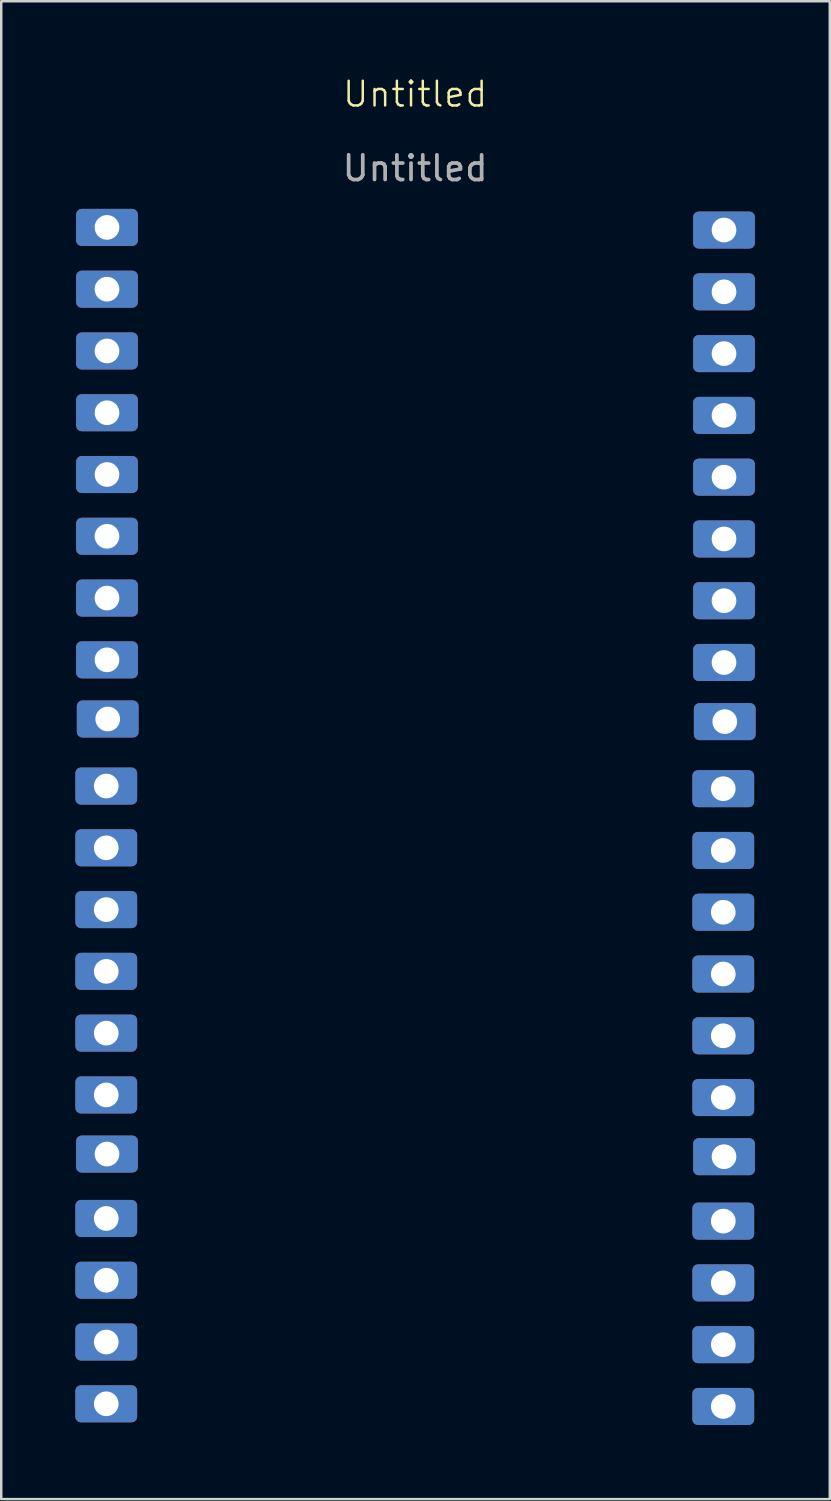
<source format=kicad_pcb>
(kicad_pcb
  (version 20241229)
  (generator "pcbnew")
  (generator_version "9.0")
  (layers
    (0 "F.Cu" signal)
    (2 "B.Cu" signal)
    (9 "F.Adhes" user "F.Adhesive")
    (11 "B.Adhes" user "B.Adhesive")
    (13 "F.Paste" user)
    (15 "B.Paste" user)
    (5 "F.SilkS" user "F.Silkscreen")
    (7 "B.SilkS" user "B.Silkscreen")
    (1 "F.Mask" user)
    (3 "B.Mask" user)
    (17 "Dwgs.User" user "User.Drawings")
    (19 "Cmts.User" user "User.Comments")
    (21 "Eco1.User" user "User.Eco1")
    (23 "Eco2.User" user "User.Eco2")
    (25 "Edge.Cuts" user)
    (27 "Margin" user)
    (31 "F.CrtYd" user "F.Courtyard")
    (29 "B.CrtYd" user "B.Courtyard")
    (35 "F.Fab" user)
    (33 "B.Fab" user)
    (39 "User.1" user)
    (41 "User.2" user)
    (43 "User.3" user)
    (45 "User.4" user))
  (footprint "Untitled"
    (layer "F.Cu")
    (at 13.75 1.26)
    (property "Reference" "Untitled" (at 0 -0.5 0) (unlocked yes) (layer "F.SilkS") (effects (font (size 1 1) (thickness 0.1))))
    (attr smd)
    (fp_text user "${REFERENCE}" (at 0 2.5 0) (unlocked yes) (layer "F.Fab") (effects (font (size 1 1) (thickness 0.15))))
    (pad "1" thru_hole roundrect (at -12.47 4.893) (size 2.5 1.5) (drill 1) (layers "*.Cu" "*.Mask") (roundrect_rratio 0.15))
    (pad "1" thru_hole roundrect (at 12.5 5) (size 2.5 1.5) (drill 1) (layers "*.Cu" "*.Mask") (roundrect_rratio 0.15))
    (pad "2" thru_hole roundrect (at -12.47 7.393) (size 2.5 1.5) (drill 1) (layers "*.Cu" "*.Mask") (roundrect_rratio 0.15))
    (pad "2" thru_hole roundrect (at 12.5 7.5) (size 2.5 1.5) (drill 1) (layers "*.Cu" "*.Mask") (roundrect_rratio 0.15))
    (pad "3" thru_hole roundrect (at -12.47 9.893) (size 2.5 1.5) (drill 1) (layers "*.Cu" "*.Mask") (roundrect_rratio 0.15))
    (pad "3" thru_hole roundrect (at 12.5 10) (size 2.5 1.5) (drill 1) (layers "*.Cu" "*.Mask") (roundrect_rratio 0.15))
    (pad "4" thru_hole roundrect (at -12.47 12.393) (size 2.5 1.5) (drill 1) (layers "*.Cu" "*.Mask") (roundrect_rratio 0.15))
    (pad "4" thru_hole roundrect (at 12.5 12.5) (size 2.5 1.5) (drill 1) (layers "*.Cu" "*.Mask") (roundrect_rratio 0.15))
    (pad "5" thru_hole roundrect (at -12.47 14.893) (size 2.5 1.5) (drill 1) (layers "*.Cu" "*.Mask") (roundrect_rratio 0.15))
    (pad "5" thru_hole roundrect (at 12.5 15) (size 2.5 1.5) (drill 1) (layers "*.Cu" "*.Mask") (roundrect_rratio 0.15))
    (pad "6" thru_hole roundrect (at -12.47 17.393) (size 2.5 1.5) (drill 1) (layers "*.Cu" "*.Mask") (roundrect_rratio 0.15))
    (pad "6" thru_hole roundrect (at 12.5 17.5) (size 2.5 1.5) (drill 1) (layers "*.Cu" "*.Mask") (roundrect_rratio 0.15))
    (pad "7" thru_hole roundrect (at -12.47 19.893) (size 2.5 1.5) (drill 1) (layers "*.Cu" "*.Mask") (roundrect_rratio 0.15))
    (pad "7" thru_hole roundrect (at 12.5 20) (size 2.5 1.5) (drill 1) (layers "*.Cu" "*.Mask") (roundrect_rratio 0.15))
    (pad "8" thru_hole roundrect (at -12.47 22.393) (size 2.5 1.5) (drill 1) (layers "*.Cu" "*.Mask") (roundrect_rratio 0.15))
    (pad "8" thru_hole roundrect (at 12.5 22.5) (size 2.5 1.5) (drill 1) (layers "*.Cu" "*.Mask") (roundrect_rratio 0.15))
    (pad "9" thru_hole roundrect (at -12.44 24.787) (size 2.5 1.5) (drill 1) (layers "*.Cu" "*.Mask") (roundrect_rratio 0.15))
    (pad "9" thru_hole roundrect (at 12.53 24.893) (size 2.5 1.5) (drill 1) (layers "*.Cu" "*.Mask") (roundrect_rratio 0.15))
    (pad "10" thru_hole roundrect (at -12.5 27.5) (size 2.5 1.5) (drill 1) (layers "*.Cu" "*.Mask") (roundrect_rratio 0.15))
    (pad "10" thru_hole roundrect (at 12.47 27.607) (size 2.5 1.5) (drill 1) (layers "*.Cu" "*.Mask") (roundrect_rratio 0.15))
    (pad "11" thru_hole roundrect (at -12.5 30) (size 2.5 1.5) (drill 1) (layers "*.Cu" "*.Mask") (roundrect_rratio 0.15))
    (pad "11" thru_hole roundrect (at 12.47 30.107) (size 2.5 1.5) (drill 1) (layers "*.Cu" "*.Mask") (roundrect_rratio 0.15))
    (pad "12" thru_hole roundrect (at -12.5 32.5) (size 2.5 1.5) (drill 1) (layers "*.Cu" "*.Mask") (roundrect_rratio 0.15))
    (pad "12" thru_hole roundrect (at 12.47 32.607) (size 2.5 1.5) (drill 1) (layers "*.Cu" "*.Mask") (roundrect_rratio 0.15))
    (pad "13" thru_hole roundrect (at -12.5 35) (size 2.5 1.5) (drill 1) (layers "*.Cu" "*.Mask") (roundrect_rratio 0.15))
    (pad "13" thru_hole roundrect (at 12.47 35.107) (size 2.5 1.5) (drill 1) (layers "*.Cu" "*.Mask") (roundrect_rratio 0.15))
    (pad "14" thru_hole roundrect (at -12.5 37.5) (size 2.5 1.5) (drill 1) (layers "*.Cu" "*.Mask") (roundrect_rratio 0.15))
    (pad "14" thru_hole roundrect (at 12.47 37.607) (size 2.5 1.5) (drill 1) (layers "*.Cu" "*.Mask") (roundrect_rratio 0.15))
    (pad "15" thru_hole roundrect (at -12.5 40) (size 2.5 1.5) (drill 1) (layers "*.Cu" "*.Mask") (roundrect_rratio 0.15))
    (pad "15" thru_hole roundrect (at 12.47 40.107) (size 2.5 1.5) (drill 1) (layers "*.Cu" "*.Mask") (roundrect_rratio 0.15))
    (pad "16" thru_hole roundrect (at -12.47 42.393) (size 2.5 1.5) (drill 1) (layers "*.Cu" "*.Mask") (roundrect_rratio 0.15))
    (pad "16" thru_hole roundrect (at 12.5 42.5) (size 2.5 1.5) (drill 1) (layers "*.Cu" "*.Mask") (roundrect_rratio 0.15))
    (pad "17" thru_hole roundrect (at -12.5 45) (size 2.5 1.5) (drill 1) (layers "*.Cu" "*.Mask") (roundrect_rratio 0.15))
    (pad "17" thru_hole roundrect (at 12.47 45.107) (size 2.5 1.5) (drill 1) (layers "*.Cu" "*.Mask") (roundrect_rratio 0.15))
    (pad "18" thru_hole roundrect (at -12.5 47.5) (size 2.5 1.5) (drill 1) (layers "*.Cu" "*.Mask") (roundrect_rratio 0.15))
    (pad "18" thru_hole roundrect (at 12.47 47.607) (size 2.5 1.5) (drill 1) (layers "*.Cu" "*.Mask") (roundrect_rratio 0.15))
    (pad "19" thru_hole roundrect (at -12.5 50) (size 2.5 1.5) (drill 1) (layers "*.Cu" "*.Mask") (roundrect_rratio 0.15))
    (pad "19" thru_hole roundrect (at 12.47 50.107) (size 2.5 1.5) (drill 1) (layers "*.Cu" "*.Mask") (roundrect_rratio 0.15))
    (pad "20" thru_hole roundrect (at -12.5 52.5) (size 2.5 1.5) (drill 1) (layers "*.Cu" "*.Mask") (roundrect_rratio 0.15))
    (pad "20" thru_hole roundrect (at 12.47 52.607) (size 2.5 1.5) (drill 1) (layers "*.Cu" "*.Mask") (roundrect_rratio 0.15)))
  (gr_rect
    (start -3 -3)
    (end 30.53 57.617)
    (stroke (width 0.1) (type default))
    (fill no)
    (layer "Edge.Cuts")))
</source>
